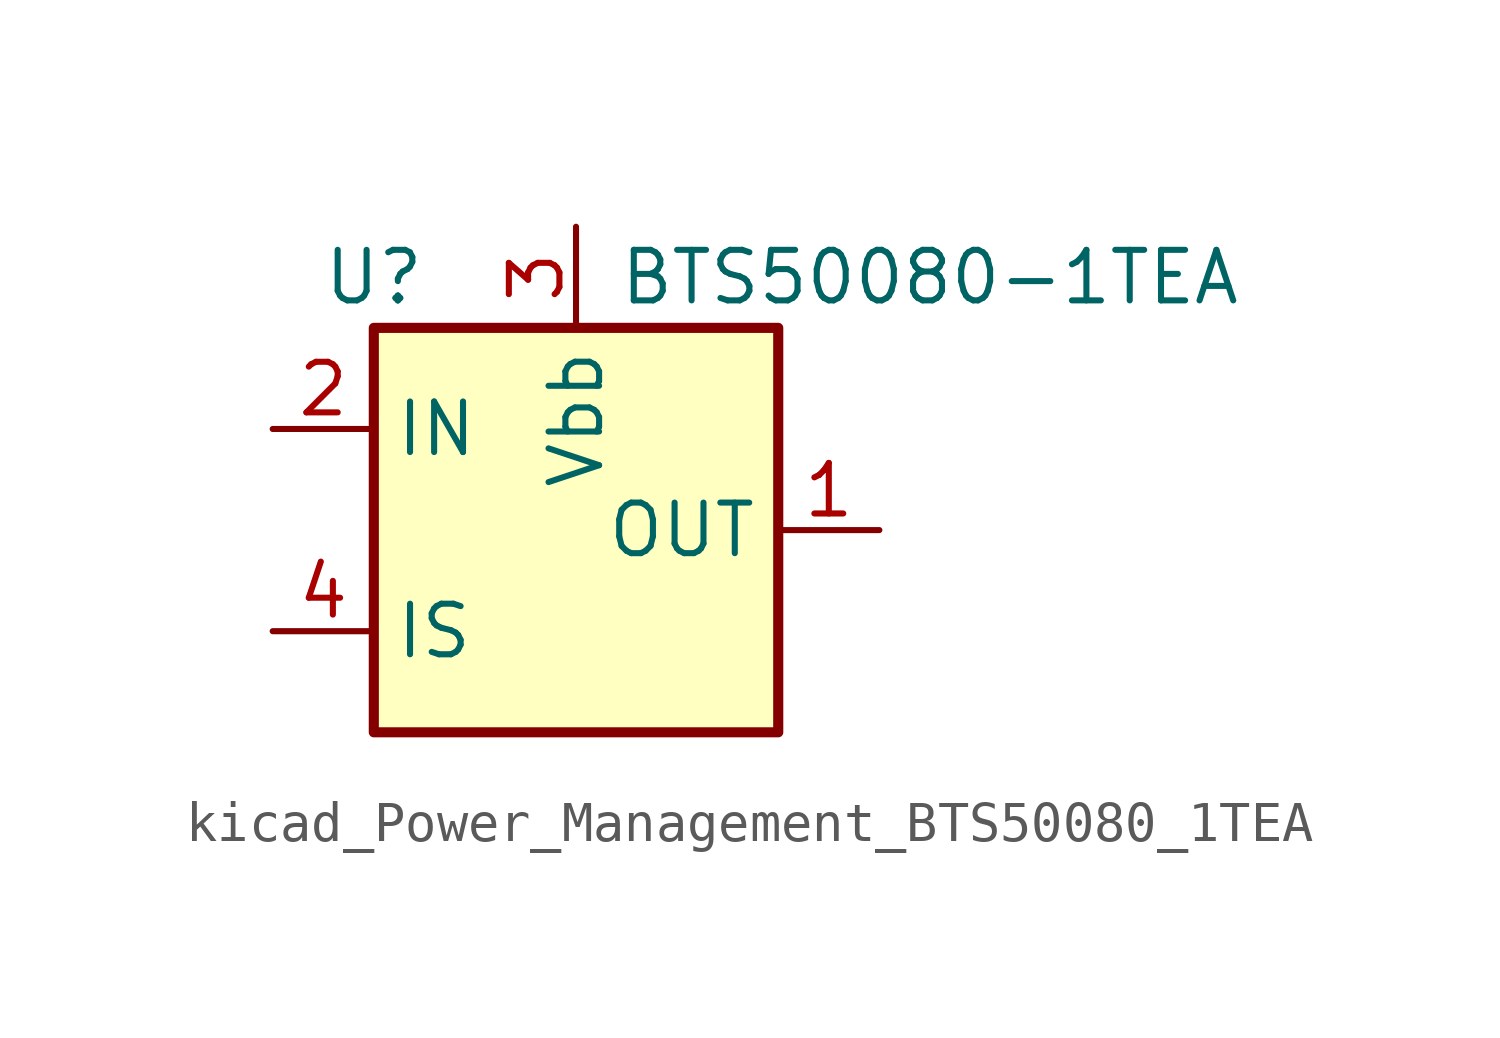
<source format=kicad_sym>
(kicad_symbol_lib
  (version 20220914)
  (generator kicad_symbol_editor)
  (symbol "kicad_Power_Management_BTS50080_1TEA"
    (property "Reference" "U"
      (at -5.08 6.35 0)
      (effects (font (size 1.27 1.27))))
    (property "Value" "BTS50080-1TEA"
      (at 8.89 6.35 0)
      (effects (font (size 1.27 1.27))))
    (symbol "kicad_Power_Management_BTS50080_1TEA_0_1"
      (rectangle (start -5.08 5.08) (end 5.08 -5.08) (stroke (width 0.254) (type default)) (fill (type background))))
    (symbol "kicad_Power_Management_BTS50080_1TEA_1_1"
      (pin power_out line (at 7.62 0 180) (length 2.54) (name "OUT" (effects (font (size 1.27 1.27)))) (number "1" (effects (font (size 1.27 1.27)))))
      (pin input line (at -7.62 2.54 0) (length 2.54) (name "IN" (effects (font (size 1.27 1.27)))) (number "2" (effects (font (size 1.27 1.27)))))
      (pin power_in line (at 0 7.62 270) (length 2.54) (name "Vbb" (effects (font (size 1.27 1.27)))) (number "3" (effects (font (size 1.27 1.27)))))
      (pin output line (at -7.62 -2.54 0) (length 2.54) (name "IS" (effects (font (size 1.27 1.27)))) (number "4" (effects (font (size 1.27 1.27)))))
      (pin passive line (at 7.62 0 180) (length 2.54) hide (name "OUT" (effects (font (size 1.27 1.27)))) (number "5" (effects (font (size 1.27 1.27))))))))
</source>
